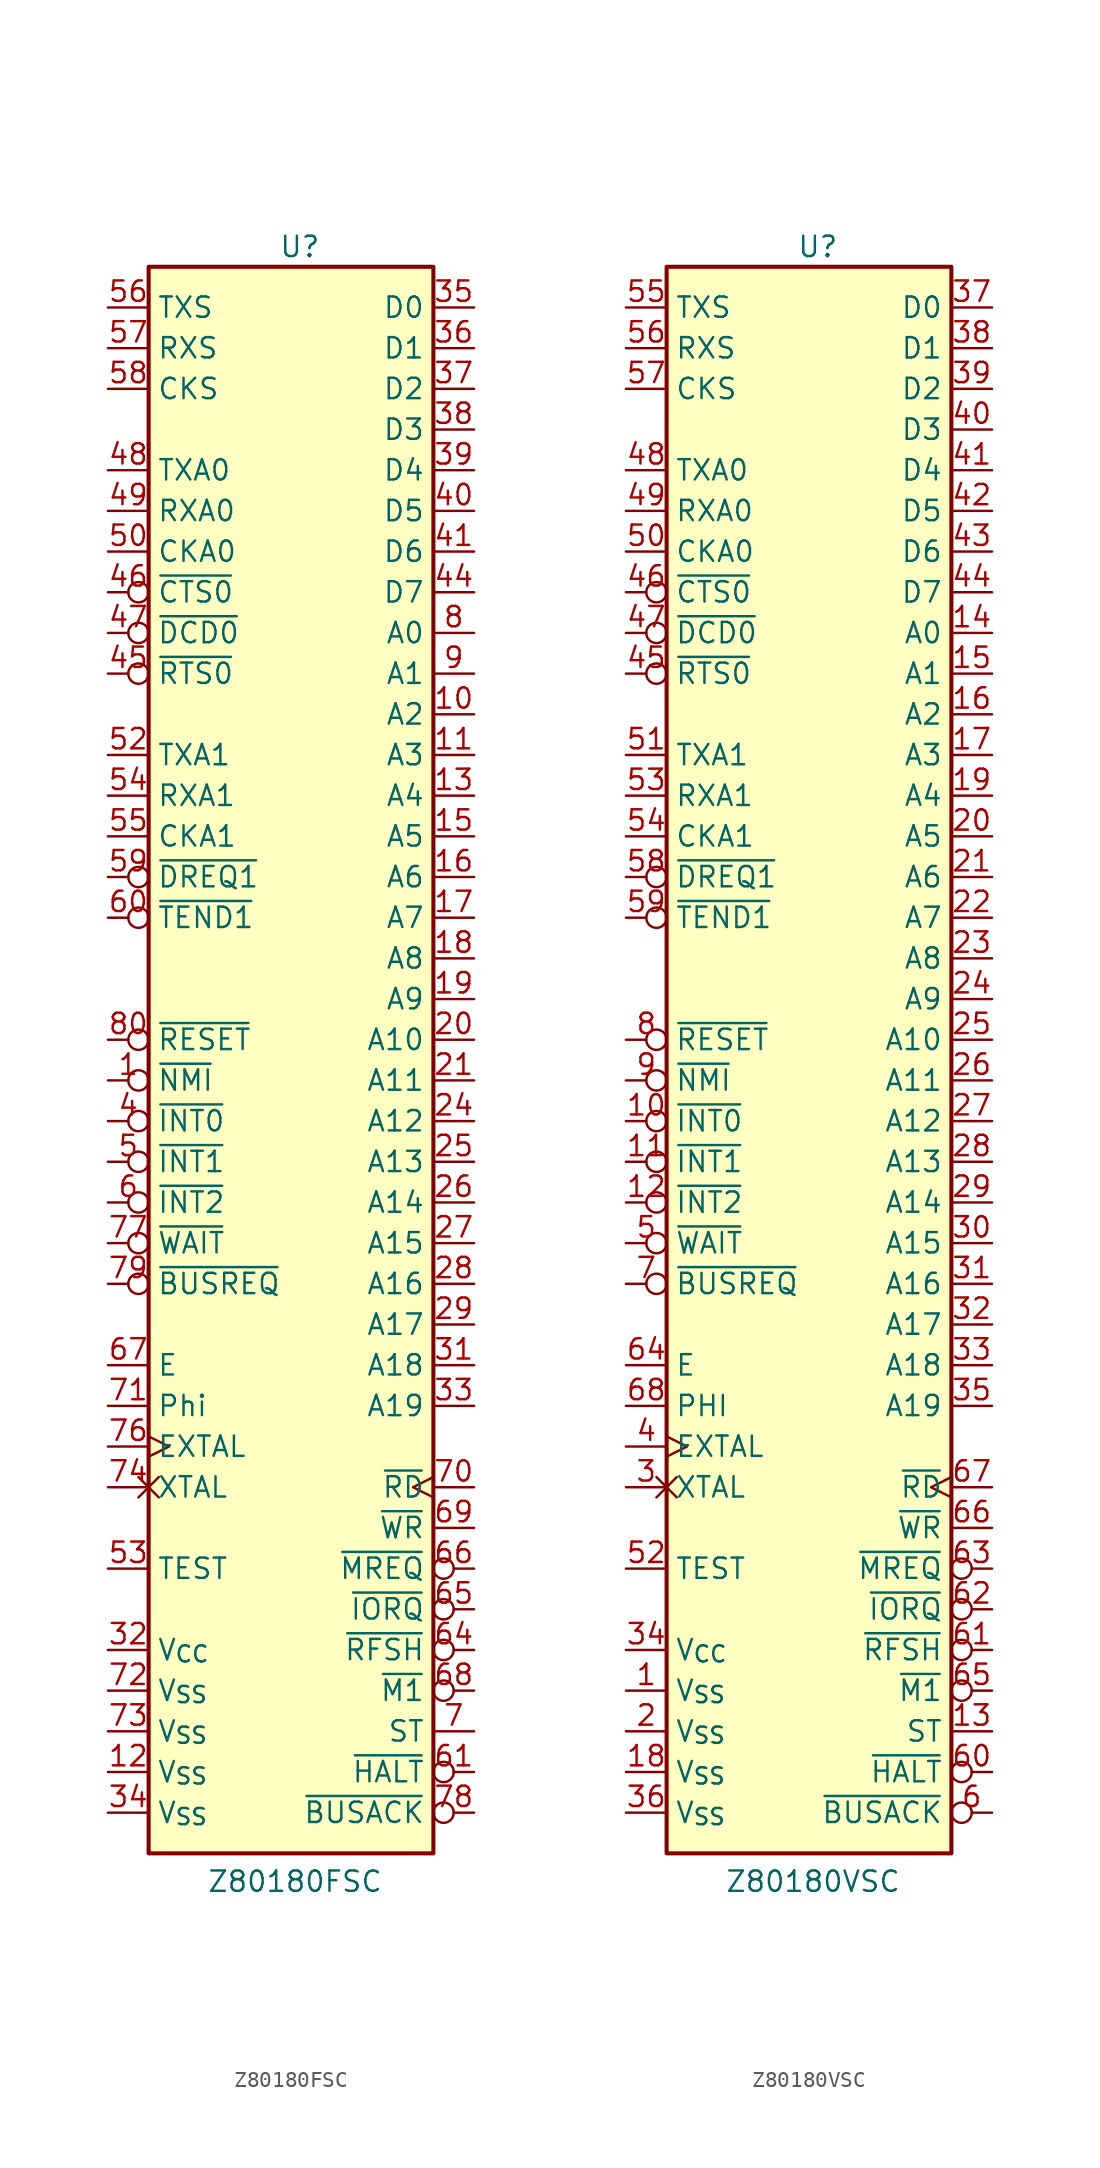
<source format=kicad_sym>
(kicad_symbol_lib
  (version 20241209)
  (generator "kicad_symbol_editor")
  (generator_version "9.0")
  (symbol "Z80180FSC"
    (property "Reference" "U"
      (at -0.762 50.038 0)
      (effects (font (size 1.27 1.27)) (justify left bottom)))
    (property "Value" "Z80180FSC"
      (at 0.254 -50.546 0)
      (effects (font (size 1.27 1.27)) (justify top)))
    (symbol "Z80180FSC_0_1"
      (rectangle (start -8.89 49.53) (end 8.89 -49.53) (stroke (width 0.254) (type default)) (fill (type background))))
    (symbol "Z80180FSC_1_0"
      (pin output line (at -11.43 46.99 0) (length 2.54) (name "TXS" (effects (font (size 1.27 1.27)))) (number "56" (effects (font (size 1.27 1.27)))))
      (pin input line (at -11.43 44.45 0) (length 2.54) (name "RXS" (effects (font (size 1.27 1.27)))) (number "57" (effects (font (size 1.27 1.27)))))
      (pin bidirectional line (at -11.43 41.91 0) (length 2.54) (name "CKS" (effects (font (size 1.27 1.27)))) (number "58" (effects (font (size 1.27 1.27)))))
      (pin input line (at -11.43 16.51 0) (length 2.54) (name "RXA1" (effects (font (size 1.27 1.27)))) (number "54" (effects (font (size 1.27 1.27)))))
      (pin bidirectional line (at -11.43 13.97 0) (length 2.54) (name "CKA1" (effects (font (size 1.27 1.27)))) (number "55" (effects (font (size 1.27 1.27)))))
      (pin input inverted (at -11.43 11.43 0) (length 2.54) (name "~{DREQ1}" (effects (font (size 1.27 1.27)))) (number "59" (effects (font (size 1.27 1.27)))))
      (pin output inverted (at -11.43 8.89 0) (length 2.54) (name "~{TEND1}" (effects (font (size 1.27 1.27)))) (number "60" (effects (font (size 1.27 1.27)))))
      (pin input inverted (at -11.43 -6.35 0) (length 2.54) (name "~{INT1}" (effects (font (size 1.27 1.27)))) (number "5" (effects (font (size 1.27 1.27)))))
      (pin input inverted (at -11.43 -13.97 0) (length 2.54) (name "~{BUSREQ}" (effects (font (size 1.27 1.27)))) (number "79" (effects (font (size 1.27 1.27)))))
      (pin output line (at -11.43 -19.05 0) (length 2.54) (name "E" (effects (font (size 1.27 1.27)))) (number "67" (effects (font (size 1.27 1.27)))))
      (pin output line (at -11.43 -21.59 0) (length 2.54) (name "Phi" (effects (font (size 1.27 1.27)))) (number "71" (effects (font (size 1.27 1.27)))))
      (pin power_in line (at -11.43 -36.83 0) (length 2.54) (name "V_{CC}" (effects (font (size 1.27 1.27)))) (number "32" (effects (font (size 1.27 1.27)))))
      (pin power_in line (at -11.43 -39.37 0) (length 2.54) (name "V_{SS}" (effects (font (size 1.27 1.27)))) (number "72" (effects (font (size 1.27 1.27)))))
      (pin power_in line (at -11.43 -41.91 0) (length 2.54) (name "V_{SS}" (effects (font (size 1.27 1.27)))) (number "73" (effects (font (size 1.27 1.27)))))
      (pin power_in line (at -11.43 -44.45 0) (length 2.54) (name "V_{SS}" (effects (font (size 1.27 1.27)))) (number "12" (effects (font (size 1.27 1.27)))))
      (pin power_in line (at -11.43 -46.99 0) (length 2.54) (name "V_{SS}" (effects (font (size 1.27 1.27)))) (number "34" (effects (font (size 1.27 1.27)))))
      (pin no_connect line (at -8.89 21.59 180) (length 2.54) (hide yes) (name "NC" (effects (font (size 1.27 1.27)))) (number "2" (effects (font (size 1.27 1.27)))))
      (pin no_connect line (at -8.89 16.51 180) (length 2.54) (hide yes) (name "NC" (effects (font (size 1.27 1.27)))) (number "3" (effects (font (size 1.27 1.27)))))
      (pin no_connect line (at -8.89 13.97 180) (length 2.54) (hide yes) (name "NC" (effects (font (size 1.27 1.27)))) (number "14" (effects (font (size 1.27 1.27)))))
      (pin no_connect line (at -8.89 11.43 180) (length 2.54) (hide yes) (name "NC" (effects (font (size 1.27 1.27)))) (number "15" (effects (font (size 1.27 1.27)))))
      (pin no_connect line (at -8.89 8.89 180) (length 2.54) (hide yes) (name "NC" (effects (font (size 1.27 1.27)))) (number "22" (effects (font (size 1.27 1.27)))))
      (pin no_connect line (at -8.89 6.35 180) (length 2.54) (hide yes) (name "NC" (effects (font (size 1.27 1.27)))) (number "23" (effects (font (size 1.27 1.27)))))
      (pin no_connect line (at -8.89 3.81 180) (length 2.54) (hide yes) (name "NC" (effects (font (size 1.27 1.27)))) (number "30" (effects (font (size 1.27 1.27)))))
      (pin no_connect line (at -8.89 1.27 180) (length 2.54) (hide yes) (name "NC" (effects (font (size 1.27 1.27)))) (number "42" (effects (font (size 1.27 1.27)))))
      (pin no_connect line (at -8.89 -1.27 180) (length 2.54) (hide yes) (name "NC" (effects (font (size 1.27 1.27)))) (number "43" (effects (font (size 1.27 1.27)))))
      (pin no_connect line (at -8.89 -3.81 180) (length 2.54) (hide yes) (name "NC" (effects (font (size 1.27 1.27)))) (number "51" (effects (font (size 1.27 1.27)))))
      (pin no_connect line (at -8.89 -6.35 180) (length 2.54) (hide yes) (name "NC" (effects (font (size 1.27 1.27)))) (number "62" (effects (font (size 1.27 1.27)))))
      (pin no_connect line (at -8.89 -8.89 180) (length 2.54) (hide yes) (name "NC" (effects (font (size 1.27 1.27)))) (number "63" (effects (font (size 1.27 1.27)))))
      (pin no_connect line (at -8.89 -11.43 180) (length 2.54) (hide yes) (name "NC" (effects (font (size 1.27 1.27)))) (number "75" (effects (font (size 1.27 1.27)))))
      (pin output line (at 11.43 26.67 180) (length 2.54) (name "A0" (effects (font (size 1.27 1.27)))) (number "8" (effects (font (size 1.27 1.27)))))
      (pin output line (at 11.43 24.13 180) (length 2.54) (name "A1" (effects (font (size 1.27 1.27)))) (number "9" (effects (font (size 1.27 1.27)))))
      (pin output line (at 11.43 21.59 180) (length 2.54) (name "A2" (effects (font (size 1.27 1.27)))) (number "10" (effects (font (size 1.27 1.27)))))
      (pin output line (at 11.43 19.05 180) (length 2.54) (name "A3" (effects (font (size 1.27 1.27)))) (number "11" (effects (font (size 1.27 1.27)))))
      (pin output line (at 11.43 16.51 180) (length 2.54) (name "A4" (effects (font (size 1.27 1.27)))) (number "13" (effects (font (size 1.27 1.27)))))
      (pin output line (at 11.43 13.97 180) (length 2.54) (name "A5" (effects (font (size 1.27 1.27)))) (number "15" (effects (font (size 1.27 1.27)))))
      (pin output line (at 11.43 11.43 180) (length 2.54) (name "A6" (effects (font (size 1.27 1.27)))) (number "16" (effects (font (size 1.27 1.27)))))
      (pin output line (at 11.43 8.89 180) (length 2.54) (name "A7" (effects (font (size 1.27 1.27)))) (number "17" (effects (font (size 1.27 1.27)))))
      (pin output inverted (at 11.43 -31.75 180) (length 2.54) (name "~{MREQ}" (effects (font (size 1.27 1.27)))) (number "66" (effects (font (size 1.27 1.27)))))
      (pin output inverted (at 11.43 -34.29 180) (length 2.54) (name "~{IORQ}" (effects (font (size 1.27 1.27)))) (number "65" (effects (font (size 1.27 1.27)))))
      (pin output inverted (at 11.43 -36.83 180) (length 2.54) (name "~{RFSH}" (effects (font (size 1.27 1.27)))) (number "64" (effects (font (size 1.27 1.27)))))
      (pin output inverted (at 11.43 -44.45 180) (length 2.54) (name "~{HALT}" (effects (font (size 1.27 1.27)))) (number "61" (effects (font (size 1.27 1.27)))))
      (pin output inverted (at 11.43 -46.99 180) (length 2.54) (name "~{BUSACK}" (effects (font (size 1.27 1.27)))) (number "78" (effects (font (size 1.27 1.27))))))
    (symbol "Z80180FSC_1_1"
      (pin output line (at -11.43 36.83 0) (length 2.54) (name "TXA0" (effects (font (size 1.27 1.27)))) (number "48" (effects (font (size 1.27 1.27)))))
      (pin input line (at -11.43 34.29 0) (length 2.54) (name "RXA0" (effects (font (size 1.27 1.27)))) (number "49" (effects (font (size 1.27 1.27)))))
      (pin bidirectional line (at -11.43 31.75 0) (length 2.54) (name "CKA0" (effects (font (size 1.27 1.27)))) (number "50" (effects (font (size 1.27 1.27)))))
      (pin input inverted (at -11.43 29.21 0) (length 2.54) (name "~{CTS0}" (effects (font (size 1.27 1.27)))) (number "46" (effects (font (size 1.27 1.27)))))
      (pin input inverted (at -11.43 26.67 0) (length 2.54) (name "~{DCD0}" (effects (font (size 1.27 1.27)))) (number "47" (effects (font (size 1.27 1.27)))))
      (pin output inverted (at -11.43 24.13 0) (length 2.54) (name "~{RTS0}" (effects (font (size 1.27 1.27)))) (number "45" (effects (font (size 1.27 1.27)))))
      (pin output line (at -11.43 19.05 0) (length 2.54) (name "TXA1" (effects (font (size 1.27 1.27)))) (number "52" (effects (font (size 1.27 1.27)))))
      (pin input inverted (at -11.43 1.27 0) (length 2.54) (name "~{RESET}" (effects (font (size 1.27 1.27)))) (number "80" (effects (font (size 1.27 1.27)))))
      (pin input inverted (at -11.43 -1.27 0) (length 2.54) (name "~{NMI}" (effects (font (size 1.27 1.27)))) (number "1" (effects (font (size 1.27 1.27)))))
      (pin input inverted (at -11.43 -3.81 0) (length 2.54) (name "~{INT0}" (effects (font (size 1.27 1.27)))) (number "4" (effects (font (size 1.27 1.27)))))
      (pin input inverted (at -11.43 -8.89 0) (length 2.54) (name "~{INT2}" (effects (font (size 1.27 1.27)))) (number "6" (effects (font (size 1.27 1.27)))))
      (pin input inverted (at -11.43 -11.43 0) (length 2.54) (name "~{WAIT}" (effects (font (size 1.27 1.27)))) (number "77" (effects (font (size 1.27 1.27)))))
      (pin input clock (at -11.43 -24.13 0) (length 2.54) (name "EXTAL" (effects (font (size 1.27 1.27)))) (number "76" (effects (font (size 1.27 1.27)))))
      (pin input non_logic (at -11.43 -26.67 0) (length 2.54) (name "XTAL" (effects (font (size 1.27 1.27)))) (number "74" (effects (font (size 1.27 1.27)))))
      (pin output line (at -11.43 -31.75 0) (length 2.54) (name "TEST" (effects (font (size 1.27 1.27)))) (number "53" (effects (font (size 1.27 1.27)))))
      (pin bidirectional line (at 11.43 46.99 180) (length 2.54) (name "D0" (effects (font (size 1.27 1.27)))) (number "35" (effects (font (size 1.27 1.27)))))
      (pin bidirectional line (at 11.43 44.45 180) (length 2.54) (name "D1" (effects (font (size 1.27 1.27)))) (number "36" (effects (font (size 1.27 1.27)))))
      (pin bidirectional line (at 11.43 41.91 180) (length 2.54) (name "D2" (effects (font (size 1.27 1.27)))) (number "37" (effects (font (size 1.27 1.27)))))
      (pin bidirectional line (at 11.43 39.37 180) (length 2.54) (name "D3" (effects (font (size 1.27 1.27)))) (number "38" (effects (font (size 1.27 1.27)))))
      (pin bidirectional line (at 11.43 36.83 180) (length 2.54) (name "D4" (effects (font (size 1.27 1.27)))) (number "39" (effects (font (size 1.27 1.27)))))
      (pin bidirectional line (at 11.43 34.29 180) (length 2.54) (name "D5" (effects (font (size 1.27 1.27)))) (number "40" (effects (font (size 1.27 1.27)))))
      (pin bidirectional line (at 11.43 31.75 180) (length 2.54) (name "D6" (effects (font (size 1.27 1.27)))) (number "41" (effects (font (size 1.27 1.27)))))
      (pin bidirectional line (at 11.43 29.21 180) (length 2.54) (name "D7" (effects (font (size 1.27 1.27)))) (number "44" (effects (font (size 1.27 1.27)))))
      (pin output line (at 11.43 6.35 180) (length 2.54) (name "A8" (effects (font (size 1.27 1.27)))) (number "18" (effects (font (size 1.27 1.27)))))
      (pin output line (at 11.43 3.81 180) (length 2.54) (name "A9" (effects (font (size 1.27 1.27)))) (number "19" (effects (font (size 1.27 1.27)))))
      (pin output line (at 11.43 1.27 180) (length 2.54) (name "A10" (effects (font (size 1.27 1.27)))) (number "20" (effects (font (size 1.27 1.27)))))
      (pin output line (at 11.43 -1.27 180) (length 2.54) (name "A11" (effects (font (size 1.27 1.27)))) (number "21" (effects (font (size 1.27 1.27)))))
      (pin output line (at 11.43 -3.81 180) (length 2.54) (name "A12" (effects (font (size 1.27 1.27)))) (number "24" (effects (font (size 1.27 1.27)))))
      (pin output line (at 11.43 -6.35 180) (length 2.54) (name "A13" (effects (font (size 1.27 1.27)))) (number "25" (effects (font (size 1.27 1.27)))))
      (pin output line (at 11.43 -8.89 180) (length 2.54) (name "A14" (effects (font (size 1.27 1.27)))) (number "26" (effects (font (size 1.27 1.27)))))
      (pin output line (at 11.43 -11.43 180) (length 2.54) (name "A15" (effects (font (size 1.27 1.27)))) (number "27" (effects (font (size 1.27 1.27)))))
      (pin output line (at 11.43 -13.97 180) (length 2.54) (name "A16" (effects (font (size 1.27 1.27)))) (number "28" (effects (font (size 1.27 1.27)))))
      (pin output line (at 11.43 -16.51 180) (length 2.54) (name "A17" (effects (font (size 1.27 1.27)))) (number "29" (effects (font (size 1.27 1.27)))))
      (pin output line (at 11.43 -19.05 180) (length 2.54) (name "A18" (effects (font (size 1.27 1.27)))) (number "31" (effects (font (size 1.27 1.27)))))
      (pin output line (at 11.43 -21.59 180) (length 2.54) (name "A19" (effects (font (size 1.27 1.27)))) (number "33" (effects (font (size 1.27 1.27)))))
      (pin output clock (at 11.43 -26.67 180) (length 2.54) (name "~{RD}" (effects (font (size 1.27 1.27)))) (number "70" (effects (font (size 1.27 1.27)))))
      (pin output line (at 11.43 -29.21 180) (length 2.54) (name "~{WR}" (effects (font (size 1.27 1.27)))) (number "69" (effects (font (size 1.27 1.27)))))
      (pin output inverted (at 11.43 -39.37 180) (length 2.54) (name "~{M1}" (effects (font (size 1.27 1.27)))) (number "68" (effects (font (size 1.27 1.27)))))
      (pin output line (at 11.43 -41.91 180) (length 2.54) (name "ST" (effects (font (size 1.27 1.27)))) (number "7" (effects (font (size 1.27 1.27)))))))
  (symbol "Z80180VSC"
    (property "Reference" "U"
      (at -0.762 50.038 0)
      (effects (font (size 1.27 1.27)) (justify left bottom)))
    (property "Value" "Z80180VSC"
      (at 0.254 -50.546 0)
      (effects (font (size 1.27 1.27)) (justify top)))
    (symbol "Z80180VSC_0_1"
      (rectangle (start -8.89 49.53) (end 8.89 -49.53) (stroke (width 0.254) (type default)) (fill (type background))))
    (symbol "Z80180VSC_1_0"
      (pin output line (at -11.43 46.99 0) (length 2.54) (name "TXS" (effects (font (size 1.27 1.27)))) (number "55" (effects (font (size 1.27 1.27)))))
      (pin input line (at -11.43 44.45 0) (length 2.54) (name "RXS" (effects (font (size 1.27 1.27)))) (number "56" (effects (font (size 1.27 1.27)))))
      (pin bidirectional line (at -11.43 41.91 0) (length 2.54) (name "CKS" (effects (font (size 1.27 1.27)))) (number "57" (effects (font (size 1.27 1.27)))))
      (pin input line (at -11.43 16.51 0) (length 2.54) (name "RXA1" (effects (font (size 1.27 1.27)))) (number "53" (effects (font (size 1.27 1.27)))))
      (pin bidirectional line (at -11.43 13.97 0) (length 2.54) (name "CKA1" (effects (font (size 1.27 1.27)))) (number "54" (effects (font (size 1.27 1.27)))))
      (pin input inverted (at -11.43 11.43 0) (length 2.54) (name "~{DREQ1}" (effects (font (size 1.27 1.27)))) (number "58" (effects (font (size 1.27 1.27)))))
      (pin output inverted (at -11.43 8.89 0) (length 2.54) (name "~{TEND1}" (effects (font (size 1.27 1.27)))) (number "59" (effects (font (size 1.27 1.27)))))
      (pin input inverted (at -11.43 -6.35 0) (length 2.54) (name "~{INT1}" (effects (font (size 1.27 1.27)))) (number "11" (effects (font (size 1.27 1.27)))))
      (pin input inverted (at -11.43 -13.97 0) (length 2.54) (name "~{BUSREQ}" (effects (font (size 1.27 1.27)))) (number "7" (effects (font (size 1.27 1.27)))))
      (pin output line (at -11.43 -19.05 0) (length 2.54) (name "E" (effects (font (size 1.27 1.27)))) (number "64" (effects (font (size 1.27 1.27)))))
      (pin output line (at -11.43 -21.59 0) (length 2.54) (name "PHI" (effects (font (size 1.27 1.27)))) (number "68" (effects (font (size 1.27 1.27)))))
      (pin power_in line (at -11.43 -36.83 0) (length 2.54) (name "V_{CC}" (effects (font (size 1.27 1.27)))) (number "34" (effects (font (size 1.27 1.27)))))
      (pin power_in line (at -11.43 -39.37 0) (length 2.54) (name "V_{SS}" (effects (font (size 1.27 1.27)))) (number "1" (effects (font (size 1.27 1.27)))))
      (pin power_in line (at -11.43 -41.91 0) (length 2.54) (name "V_{SS}" (effects (font (size 1.27 1.27)))) (number "2" (effects (font (size 1.27 1.27)))))
      (pin power_in line (at -11.43 -44.45 0) (length 2.54) (name "V_{SS}" (effects (font (size 1.27 1.27)))) (number "18" (effects (font (size 1.27 1.27)))))
      (pin power_in line (at -11.43 -46.99 0) (length 2.54) (name "V_{SS}" (effects (font (size 1.27 1.27)))) (number "36" (effects (font (size 1.27 1.27)))))
      (pin output line (at 11.43 26.67 180) (length 2.54) (name "A0" (effects (font (size 1.27 1.27)))) (number "14" (effects (font (size 1.27 1.27)))))
      (pin output line (at 11.43 24.13 180) (length 2.54) (name "A1" (effects (font (size 1.27 1.27)))) (number "15" (effects (font (size 1.27 1.27)))))
      (pin output line (at 11.43 21.59 180) (length 2.54) (name "A2" (effects (font (size 1.27 1.27)))) (number "16" (effects (font (size 1.27 1.27)))))
      (pin output line (at 11.43 19.05 180) (length 2.54) (name "A3" (effects (font (size 1.27 1.27)))) (number "17" (effects (font (size 1.27 1.27)))))
      (pin output line (at 11.43 16.51 180) (length 2.54) (name "A4" (effects (font (size 1.27 1.27)))) (number "19" (effects (font (size 1.27 1.27)))))
      (pin output line (at 11.43 13.97 180) (length 2.54) (name "A5" (effects (font (size 1.27 1.27)))) (number "20" (effects (font (size 1.27 1.27)))))
      (pin output line (at 11.43 11.43 180) (length 2.54) (name "A6" (effects (font (size 1.27 1.27)))) (number "21" (effects (font (size 1.27 1.27)))))
      (pin output line (at 11.43 8.89 180) (length 2.54) (name "A7" (effects (font (size 1.27 1.27)))) (number "22" (effects (font (size 1.27 1.27)))))
      (pin output inverted (at 11.43 -31.75 180) (length 2.54) (name "~{MREQ}" (effects (font (size 1.27 1.27)))) (number "63" (effects (font (size 1.27 1.27)))))
      (pin output inverted (at 11.43 -34.29 180) (length 2.54) (name "~{IORQ}" (effects (font (size 1.27 1.27)))) (number "62" (effects (font (size 1.27 1.27)))))
      (pin output inverted (at 11.43 -36.83 180) (length 2.54) (name "~{RFSH}" (effects (font (size 1.27 1.27)))) (number "61" (effects (font (size 1.27 1.27)))))
      (pin output inverted (at 11.43 -44.45 180) (length 2.54) (name "~{HALT}" (effects (font (size 1.27 1.27)))) (number "60" (effects (font (size 1.27 1.27)))))
      (pin output inverted (at 11.43 -46.99 180) (length 2.54) (name "~{BUSACK}" (effects (font (size 1.27 1.27)))) (number "6" (effects (font (size 1.27 1.27))))))
    (symbol "Z80180VSC_1_1"
      (pin output line (at -11.43 36.83 0) (length 2.54) (name "TXA0" (effects (font (size 1.27 1.27)))) (number "48" (effects (font (size 1.27 1.27)))))
      (pin input line (at -11.43 34.29 0) (length 2.54) (name "RXA0" (effects (font (size 1.27 1.27)))) (number "49" (effects (font (size 1.27 1.27)))))
      (pin bidirectional line (at -11.43 31.75 0) (length 2.54) (name "CKA0" (effects (font (size 1.27 1.27)))) (number "50" (effects (font (size 1.27 1.27)))))
      (pin input inverted (at -11.43 29.21 0) (length 2.54) (name "~{CTS0}" (effects (font (size 1.27 1.27)))) (number "46" (effects (font (size 1.27 1.27)))))
      (pin input inverted (at -11.43 26.67 0) (length 2.54) (name "~{DCD0}" (effects (font (size 1.27 1.27)))) (number "47" (effects (font (size 1.27 1.27)))))
      (pin output inverted (at -11.43 24.13 0) (length 2.54) (name "~{RTS0}" (effects (font (size 1.27 1.27)))) (number "45" (effects (font (size 1.27 1.27)))))
      (pin output line (at -11.43 19.05 0) (length 2.54) (name "TXA1" (effects (font (size 1.27 1.27)))) (number "51" (effects (font (size 1.27 1.27)))))
      (pin input inverted (at -11.43 1.27 0) (length 2.54) (name "~{RESET}" (effects (font (size 1.27 1.27)))) (number "8" (effects (font (size 1.27 1.27)))))
      (pin input inverted (at -11.43 -1.27 0) (length 2.54) (name "~{NMI}" (effects (font (size 1.27 1.27)))) (number "9" (effects (font (size 1.27 1.27)))))
      (pin input inverted (at -11.43 -3.81 0) (length 2.54) (name "~{INT0}" (effects (font (size 1.27 1.27)))) (number "10" (effects (font (size 1.27 1.27)))))
      (pin input inverted (at -11.43 -8.89 0) (length 2.54) (name "~{INT2}" (effects (font (size 1.27 1.27)))) (number "12" (effects (font (size 1.27 1.27)))))
      (pin input inverted (at -11.43 -11.43 0) (length 2.54) (name "~{WAIT}" (effects (font (size 1.27 1.27)))) (number "5" (effects (font (size 1.27 1.27)))))
      (pin input clock (at -11.43 -24.13 0) (length 2.54) (name "EXTAL" (effects (font (size 1.27 1.27)))) (number "4" (effects (font (size 1.27 1.27)))))
      (pin input non_logic (at -11.43 -26.67 0) (length 2.54) (name "XTAL" (effects (font (size 1.27 1.27)))) (number "3" (effects (font (size 1.27 1.27)))))
      (pin output line (at -11.43 -31.75 0) (length 2.54) (name "TEST" (effects (font (size 1.27 1.27)))) (number "52" (effects (font (size 1.27 1.27)))))
      (pin bidirectional line (at 11.43 46.99 180) (length 2.54) (name "D0" (effects (font (size 1.27 1.27)))) (number "37" (effects (font (size 1.27 1.27)))))
      (pin bidirectional line (at 11.43 44.45 180) (length 2.54) (name "D1" (effects (font (size 1.27 1.27)))) (number "38" (effects (font (size 1.27 1.27)))))
      (pin bidirectional line (at 11.43 41.91 180) (length 2.54) (name "D2" (effects (font (size 1.27 1.27)))) (number "39" (effects (font (size 1.27 1.27)))))
      (pin bidirectional line (at 11.43 39.37 180) (length 2.54) (name "D3" (effects (font (size 1.27 1.27)))) (number "40" (effects (font (size 1.27 1.27)))))
      (pin bidirectional line (at 11.43 36.83 180) (length 2.54) (name "D4" (effects (font (size 1.27 1.27)))) (number "41" (effects (font (size 1.27 1.27)))))
      (pin bidirectional line (at 11.43 34.29 180) (length 2.54) (name "D5" (effects (font (size 1.27 1.27)))) (number "42" (effects (font (size 1.27 1.27)))))
      (pin bidirectional line (at 11.43 31.75 180) (length 2.54) (name "D6" (effects (font (size 1.27 1.27)))) (number "43" (effects (font (size 1.27 1.27)))))
      (pin bidirectional line (at 11.43 29.21 180) (length 2.54) (name "D7" (effects (font (size 1.27 1.27)))) (number "44" (effects (font (size 1.27 1.27)))))
      (pin output line (at 11.43 6.35 180) (length 2.54) (name "A8" (effects (font (size 1.27 1.27)))) (number "23" (effects (font (size 1.27 1.27)))))
      (pin output line (at 11.43 3.81 180) (length 2.54) (name "A9" (effects (font (size 1.27 1.27)))) (number "24" (effects (font (size 1.27 1.27)))))
      (pin output line (at 11.43 1.27 180) (length 2.54) (name "A10" (effects (font (size 1.27 1.27)))) (number "25" (effects (font (size 1.27 1.27)))))
      (pin output line (at 11.43 -1.27 180) (length 2.54) (name "A11" (effects (font (size 1.27 1.27)))) (number "26" (effects (font (size 1.27 1.27)))))
      (pin output line (at 11.43 -3.81 180) (length 2.54) (name "A12" (effects (font (size 1.27 1.27)))) (number "27" (effects (font (size 1.27 1.27)))))
      (pin output line (at 11.43 -6.35 180) (length 2.54) (name "A13" (effects (font (size 1.27 1.27)))) (number "28" (effects (font (size 1.27 1.27)))))
      (pin output line (at 11.43 -8.89 180) (length 2.54) (name "A14" (effects (font (size 1.27 1.27)))) (number "29" (effects (font (size 1.27 1.27)))))
      (pin output line (at 11.43 -11.43 180) (length 2.54) (name "A15" (effects (font (size 1.27 1.27)))) (number "30" (effects (font (size 1.27 1.27)))))
      (pin output line (at 11.43 -13.97 180) (length 2.54) (name "A16" (effects (font (size 1.27 1.27)))) (number "31" (effects (font (size 1.27 1.27)))))
      (pin output line (at 11.43 -16.51 180) (length 2.54) (name "A17" (effects (font (size 1.27 1.27)))) (number "32" (effects (font (size 1.27 1.27)))))
      (pin output line (at 11.43 -19.05 180) (length 2.54) (name "A18" (effects (font (size 1.27 1.27)))) (number "33" (effects (font (size 1.27 1.27)))))
      (pin output line (at 11.43 -21.59 180) (length 2.54) (name "A19" (effects (font (size 1.27 1.27)))) (number "35" (effects (font (size 1.27 1.27)))))
      (pin output clock (at 11.43 -26.67 180) (length 2.54) (name "~{RD}" (effects (font (size 1.27 1.27)))) (number "67" (effects (font (size 1.27 1.27)))))
      (pin output line (at 11.43 -29.21 180) (length 2.54) (name "~{WR}" (effects (font (size 1.27 1.27)))) (number "66" (effects (font (size 1.27 1.27)))))
      (pin output inverted (at 11.43 -39.37 180) (length 2.54) (name "~{M1}" (effects (font (size 1.27 1.27)))) (number "65" (effects (font (size 1.27 1.27)))))
      (pin output line (at 11.43 -41.91 180) (length 2.54) (name "ST" (effects (font (size 1.27 1.27)))) (number "13" (effects (font (size 1.27 1.27))))))))
</source>
